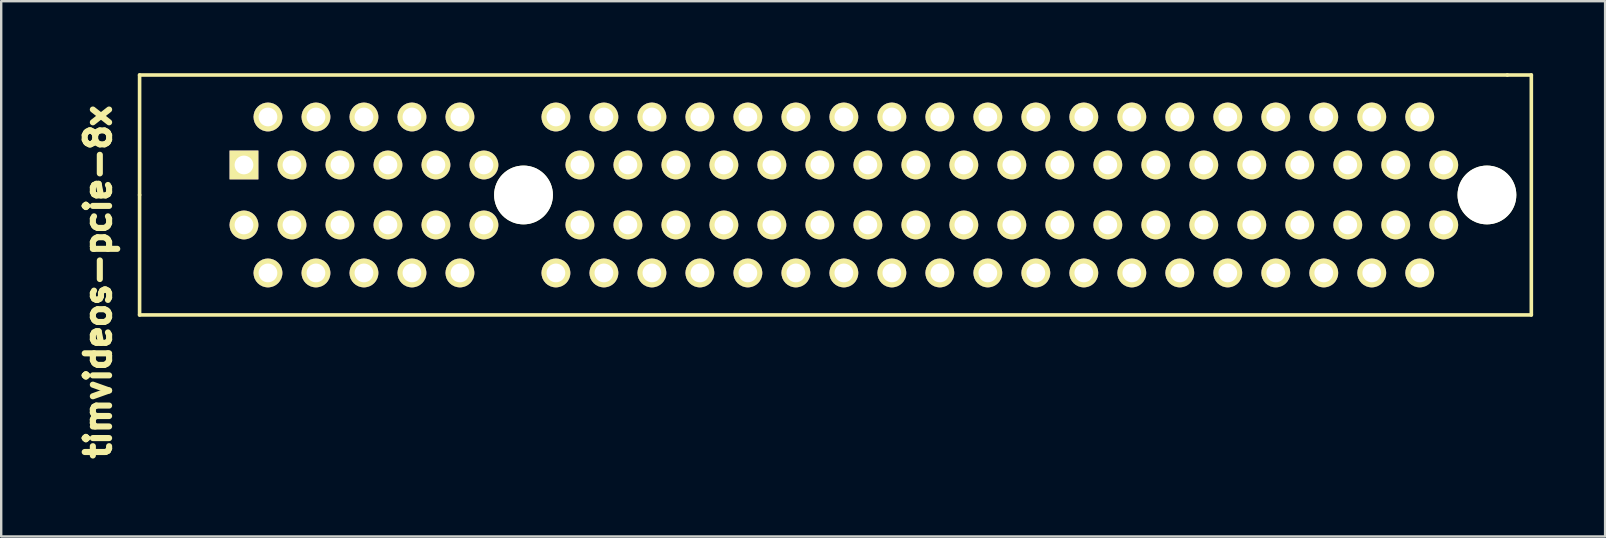
<source format=kicad_pcb>
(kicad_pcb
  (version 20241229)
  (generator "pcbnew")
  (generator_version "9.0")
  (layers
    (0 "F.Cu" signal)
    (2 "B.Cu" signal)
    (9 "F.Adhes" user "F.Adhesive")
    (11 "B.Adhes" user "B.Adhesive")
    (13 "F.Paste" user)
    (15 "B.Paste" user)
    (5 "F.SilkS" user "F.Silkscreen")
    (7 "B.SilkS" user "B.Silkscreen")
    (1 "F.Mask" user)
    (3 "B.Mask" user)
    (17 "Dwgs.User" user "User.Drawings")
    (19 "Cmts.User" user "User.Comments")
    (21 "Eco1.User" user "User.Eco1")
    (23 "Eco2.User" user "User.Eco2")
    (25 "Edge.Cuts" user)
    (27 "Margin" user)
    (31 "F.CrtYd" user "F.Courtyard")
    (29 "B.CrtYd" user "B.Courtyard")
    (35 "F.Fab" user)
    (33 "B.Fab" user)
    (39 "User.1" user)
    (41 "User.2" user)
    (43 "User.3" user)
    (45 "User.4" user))
  (footprint "timvideos-pcie-8x"
    (layer "F.Cu")
    (at 18.767 5.075)
    (property "Reference" "timvideos-pcie-8x" (at -17.727 3.624 90) (layer "F.SilkS") (effects (font (size 1.016 1.016) (thickness 0.254))))
    (attr through_hole)
    (fp_line (start -16 -5) (end 41 -5) (stroke (width 0.15) (type solid)) (layer "F.SilkS"))
    (fp_line (start -16 0) (end -16 -5) (stroke (width 0.15) (type solid)) (layer "F.SilkS"))
    (fp_line (start -16 5) (end -16 0) (stroke (width 0.15) (type solid)) (layer "F.SilkS"))
    (fp_line (start 41 -5) (end 42 -5) (stroke (width 0.15) (type solid)) (layer "F.SilkS"))
    (fp_line (start 42 -5) (end 42 5) (stroke (width 0.15) (type solid)) (layer "F.SilkS"))
    (fp_line (start 42 5) (end -16 5) (stroke (width 0.15) (type solid)) (layer "F.SilkS"))
    (pad "" np_thru_hole circle (at 0 0) (size 2.45 2.45) (drill 2.45) (layers "*.Cu" "*.Mask" "F.SilkS"))
    (pad "" np_thru_hole circle (at 40.15 0) (size 2.45 2.45) (drill 2.45) (layers "*.Cu" "*.Mask" "F.SilkS"))
    (pad "A1" thru_hole rect (at -11.65 -1.25) (size 1.2 1.2) (drill 0.78) (layers "*.Cu" "*.Mask" "F.SilkS"))
    (pad "A2" thru_hole circle (at -10.65 -3.25) (size 1.2 1.2) (drill 0.78) (layers "*.Cu" "*.Mask" "F.SilkS"))
    (pad "A3" thru_hole circle (at -9.65 -1.25) (size 1.2 1.2) (drill 0.78) (layers "*.Cu" "*.Mask" "F.SilkS"))
    (pad "A4" thru_hole circle (at -8.65 -3.25) (size 1.2 1.2) (drill 0.78) (layers "*.Cu" "*.Mask" "F.SilkS"))
    (pad "A5" thru_hole circle (at -7.65 -1.25) (size 1.2 1.2) (drill 0.78) (layers "*.Cu" "*.Mask" "F.SilkS"))
    (pad "A6" thru_hole circle (at -6.65 -3.25) (size 1.2 1.2) (drill 0.78) (layers "*.Cu" "*.Mask" "F.SilkS"))
    (pad "A7" thru_hole circle (at -5.65 -1.25) (size 1.2 1.2) (drill 0.78) (layers "*.Cu" "*.Mask" "F.SilkS"))
    (pad "A8" thru_hole circle (at -4.65 -3.25) (size 1.2 1.2) (drill 0.78) (layers "*.Cu" "*.Mask" "F.SilkS"))
    (pad "A9" thru_hole circle (at -3.65 -1.25) (size 1.2 1.2) (drill 0.78) (layers "*.Cu" "*.Mask" "F.SilkS"))
    (pad "A10" thru_hole circle (at -2.65 -3.25) (size 1.2 1.2) (drill 0.78) (layers "*.Cu" "*.Mask" "F.SilkS"))
    (pad "A11" thru_hole circle (at -1.65 -1.25) (size 1.2 1.2) (drill 0.78) (layers "*.Cu" "*.Mask" "F.SilkS"))
    (pad "A12" thru_hole circle (at 1.35 -3.25) (size 1.2 1.2) (drill 0.78) (layers "*.Cu" "*.Mask" "F.SilkS"))
    (pad "A13" thru_hole circle (at 2.35 -1.25) (size 1.2 1.2) (drill 0.78) (layers "*.Cu" "*.Mask" "F.SilkS"))
    (pad "A14" thru_hole circle (at 3.35 -3.25) (size 1.2 1.2) (drill 0.78) (layers "*.Cu" "*.Mask" "F.SilkS"))
    (pad "A15" thru_hole circle (at 4.35 -1.25) (size 1.2 1.2) (drill 0.78) (layers "*.Cu" "*.Mask" "F.SilkS"))
    (pad "A16" thru_hole circle (at 5.35 -3.25) (size 1.2 1.2) (drill 0.78) (layers "*.Cu" "*.Mask" "F.SilkS"))
    (pad "A17" thru_hole circle (at 6.35 -1.25) (size 1.2 1.2) (drill 0.78) (layers "*.Cu" "*.Mask" "F.SilkS"))
    (pad "A18" thru_hole circle (at 7.35 -3.25) (size 1.2 1.2) (drill 0.78) (layers "*.Cu" "*.Mask" "F.SilkS"))
    (pad "A19" thru_hole circle (at 8.35 -1.25) (size 1.2 1.2) (drill 0.78) (layers "*.Cu" "*.Mask" "F.SilkS"))
    (pad "A20" thru_hole circle (at 9.35 -3.25) (size 1.2 1.2) (drill 0.78) (layers "*.Cu" "*.Mask" "F.SilkS"))
    (pad "A21" thru_hole circle (at 10.35 -1.25) (size 1.2 1.2) (drill 0.78) (layers "*.Cu" "*.Mask" "F.SilkS"))
    (pad "A22" thru_hole circle (at 11.35 -3.25) (size 1.2 1.2) (drill 0.78) (layers "*.Cu" "*.Mask" "F.SilkS"))
    (pad "A23" thru_hole circle (at 12.35 -1.25) (size 1.2 1.2) (drill 0.78) (layers "*.Cu" "*.Mask" "F.SilkS"))
    (pad "A24" thru_hole circle (at 13.35 -3.25) (size 1.2 1.2) (drill 0.78) (layers "*.Cu" "*.Mask" "F.SilkS"))
    (pad "A25" thru_hole circle (at 14.35 -1.25) (size 1.2 1.2) (drill 0.78) (layers "*.Cu" "*.Mask" "F.SilkS"))
    (pad "A26" thru_hole circle (at 15.35 -3.25) (size 1.2 1.2) (drill 0.78) (layers "*.Cu" "*.Mask" "F.SilkS"))
    (pad "A27" thru_hole circle (at 16.35 -1.25) (size 1.2 1.2) (drill 0.78) (layers "*.Cu" "*.Mask" "F.SilkS"))
    (pad "A28" thru_hole circle (at 17.35 -3.25) (size 1.2 1.2) (drill 0.78) (layers "*.Cu" "*.Mask" "F.SilkS"))
    (pad "A29" thru_hole circle (at 18.35 -1.25) (size 1.2 1.2) (drill 0.78) (layers "*.Cu" "*.Mask" "F.SilkS"))
    (pad "A30" thru_hole circle (at 19.35 -3.25) (size 1.2 1.2) (drill 0.78) (layers "*.Cu" "*.Mask" "F.SilkS"))
    (pad "A31" thru_hole circle (at 20.35 -1.25) (size 1.2 1.2) (drill 0.78) (layers "*.Cu" "*.Mask" "F.SilkS"))
    (pad "A32" thru_hole circle (at 21.35 -3.25) (size 1.2 1.2) (drill 0.78) (layers "*.Cu" "*.Mask" "F.SilkS"))
    (pad "A33" thru_hole circle (at 22.35 -1.25) (size 1.2 1.2) (drill 0.78) (layers "*.Cu" "*.Mask" "F.SilkS"))
    (pad "A34" thru_hole circle (at 23.35 -3.25) (size 1.2 1.2) (drill 0.78) (layers "*.Cu" "*.Mask" "F.SilkS"))
    (pad "A35" thru_hole circle (at 24.35 -1.25) (size 1.2 1.2) (drill 0.78) (layers "*.Cu" "*.Mask" "F.SilkS"))
    (pad "A36" thru_hole circle (at 25.35 -3.25) (size 1.2 1.2) (drill 0.78) (layers "*.Cu" "*.Mask" "F.SilkS"))
    (pad "A37" thru_hole circle (at 26.35 -1.25) (size 1.2 1.2) (drill 0.78) (layers "*.Cu" "*.Mask" "F.SilkS"))
    (pad "A38" thru_hole circle (at 27.35 -3.25) (size 1.2 1.2) (drill 0.78) (layers "*.Cu" "*.Mask" "F.SilkS"))
    (pad "A39" thru_hole circle (at 28.35 -1.25) (size 1.2 1.2) (drill 0.78) (layers "*.Cu" "*.Mask" "F.SilkS"))
    (pad "A40" thru_hole circle (at 29.35 -3.25) (size 1.2 1.2) (drill 0.78) (layers "*.Cu" "*.Mask" "F.SilkS"))
    (pad "A41" thru_hole circle (at 30.35 -1.25) (size 1.2 1.2) (drill 0.78) (layers "*.Cu" "*.Mask" "F.SilkS"))
    (pad "A42" thru_hole circle (at 31.35 -3.25) (size 1.2 1.2) (drill 0.78) (layers "*.Cu" "*.Mask" "F.SilkS"))
    (pad "A43" thru_hole circle (at 32.35 -1.25) (size 1.2 1.2) (drill 0.78) (layers "*.Cu" "*.Mask" "F.SilkS"))
    (pad "A44" thru_hole circle (at 33.35 -3.25) (size 1.2 1.2) (drill 0.78) (layers "*.Cu" "*.Mask" "F.SilkS"))
    (pad "A45" thru_hole circle (at 34.35 -1.25) (size 1.2 1.2) (drill 0.78) (layers "*.Cu" "*.Mask" "F.SilkS"))
    (pad "A46" thru_hole circle (at 35.35 -3.25) (size 1.2 1.2) (drill 0.78) (layers "*.Cu" "*.Mask" "F.SilkS"))
    (pad "A47" thru_hole circle (at 36.35 -1.25) (size 1.2 1.2) (drill 0.78) (layers "*.Cu" "*.Mask" "F.SilkS"))
    (pad "A48" thru_hole circle (at 37.35 -3.25) (size 1.2 1.2) (drill 0.78) (layers "*.Cu" "*.Mask" "F.SilkS"))
    (pad "A49" thru_hole circle (at 38.35 -1.25) (size 1.2 1.2) (drill 0.78) (layers "*.Cu" "*.Mask" "F.SilkS"))
    (pad "B1" thru_hole circle (at -11.65 1.25) (size 1.2 1.2) (drill 0.78) (layers "*.Cu" "*.Mask" "F.SilkS"))
    (pad "B2" thru_hole circle (at -10.65 3.25) (size 1.2 1.2) (drill 0.78) (layers "*.Cu" "*.Mask" "F.SilkS"))
    (pad "B3" thru_hole circle (at -9.65 1.25) (size 1.2 1.2) (drill 0.78) (layers "*.Cu" "*.Mask" "F.SilkS"))
    (pad "B4" thru_hole circle (at -8.65 3.25) (size 1.2 1.2) (drill 0.78) (layers "*.Cu" "*.Mask" "F.SilkS"))
    (pad "B5" thru_hole circle (at -7.65 1.25) (size 1.2 1.2) (drill 0.78) (layers "*.Cu" "*.Mask" "F.SilkS"))
    (pad "B6" thru_hole circle (at -6.65 3.25) (size 1.2 1.2) (drill 0.78) (layers "*.Cu" "*.Mask" "F.SilkS"))
    (pad "B7" thru_hole circle (at -5.65 1.25) (size 1.2 1.2) (drill 0.78) (layers "*.Cu" "*.Mask" "F.SilkS"))
    (pad "B8" thru_hole circle (at -4.65 3.25) (size 1.2 1.2) (drill 0.78) (layers "*.Cu" "*.Mask" "F.SilkS"))
    (pad "B9" thru_hole circle (at -3.65 1.25) (size 1.2 1.2) (drill 0.78) (layers "*.Cu" "*.Mask" "F.SilkS"))
    (pad "B10" thru_hole circle (at -2.65 3.25) (size 1.2 1.2) (drill 0.78) (layers "*.Cu" "*.Mask" "F.SilkS"))
    (pad "B11" thru_hole circle (at -1.65 1.25) (size 1.2 1.2) (drill 0.78) (layers "*.Cu" "*.Mask" "F.SilkS"))
    (pad "B12" thru_hole circle (at 1.35 3.25) (size 1.2 1.2) (drill 0.78) (layers "*.Cu" "*.Mask" "F.SilkS"))
    (pad "B13" thru_hole circle (at 2.35 1.25) (size 1.2 1.2) (drill 0.78) (layers "*.Cu" "*.Mask" "F.SilkS"))
    (pad "B14" thru_hole circle (at 3.35 3.25) (size 1.2 1.2) (drill 0.78) (layers "*.Cu" "*.Mask" "F.SilkS"))
    (pad "B15" thru_hole circle (at 4.35 1.25) (size 1.2 1.2) (drill 0.78) (layers "*.Cu" "*.Mask" "F.SilkS"))
    (pad "B16" thru_hole circle (at 5.35 3.25) (size 1.2 1.2) (drill 0.78) (layers "*.Cu" "*.Mask" "F.SilkS"))
    (pad "B17" thru_hole circle (at 6.35 1.25) (size 1.2 1.2) (drill 0.78) (layers "*.Cu" "*.Mask" "F.SilkS"))
    (pad "B18" thru_hole circle (at 7.35 3.25) (size 1.2 1.2) (drill 0.78) (layers "*.Cu" "*.Mask" "F.SilkS"))
    (pad "B19" thru_hole circle (at 8.35 1.25) (size 1.2 1.2) (drill 0.78) (layers "*.Cu" "*.Mask" "F.SilkS"))
    (pad "B20" thru_hole circle (at 9.35 3.25) (size 1.2 1.2) (drill 0.78) (layers "*.Cu" "*.Mask" "F.SilkS"))
    (pad "B21" thru_hole circle (at 10.35 1.25) (size 1.2 1.2) (drill 0.78) (layers "*.Cu" "*.Mask" "F.SilkS"))
    (pad "B22" thru_hole circle (at 11.35 3.25) (size 1.2 1.2) (drill 0.78) (layers "*.Cu" "*.Mask" "F.SilkS"))
    (pad "B23" thru_hole circle (at 12.35 1.25) (size 1.2 1.2) (drill 0.78) (layers "*.Cu" "*.Mask" "F.SilkS"))
    (pad "B24" thru_hole circle (at 13.35 3.25) (size 1.2 1.2) (drill 0.78) (layers "*.Cu" "*.Mask" "F.SilkS"))
    (pad "B25" thru_hole circle (at 14.35 1.25) (size 1.2 1.2) (drill 0.78) (layers "*.Cu" "*.Mask" "F.SilkS"))
    (pad "B26" thru_hole circle (at 15.35 3.25) (size 1.2 1.2) (drill 0.78) (layers "*.Cu" "*.Mask" "F.SilkS"))
    (pad "B27" thru_hole circle (at 16.35 1.25) (size 1.2 1.2) (drill 0.78) (layers "*.Cu" "*.Mask" "F.SilkS"))
    (pad "B28" thru_hole circle (at 17.35 3.25) (size 1.2 1.2) (drill 0.78) (layers "*.Cu" "*.Mask" "F.SilkS"))
    (pad "B29" thru_hole circle (at 18.35 1.25) (size 1.2 1.2) (drill 0.78) (layers "*.Cu" "*.Mask" "F.SilkS"))
    (pad "B30" thru_hole circle (at 19.35 3.25) (size 1.2 1.2) (drill 0.78) (layers "*.Cu" "*.Mask" "F.SilkS"))
    (pad "B31" thru_hole circle (at 20.35 1.25) (size 1.2 1.2) (drill 0.78) (layers "*.Cu" "*.Mask" "F.SilkS"))
    (pad "B32" thru_hole circle (at 21.35 3.25) (size 1.2 1.2) (drill 0.78) (layers "*.Cu" "*.Mask" "F.SilkS"))
    (pad "B33" thru_hole circle (at 22.35 1.25) (size 1.2 1.2) (drill 0.78) (layers "*.Cu" "*.Mask" "F.SilkS"))
    (pad "B34" thru_hole circle (at 23.35 3.25) (size 1.2 1.2) (drill 0.78) (layers "*.Cu" "*.Mask" "F.SilkS"))
    (pad "B35" thru_hole circle (at 24.35 1.25) (size 1.2 1.2) (drill 0.78) (layers "*.Cu" "*.Mask" "F.SilkS"))
    (pad "B36" thru_hole circle (at 25.35 3.25) (size 1.2 1.2) (drill 0.78) (layers "*.Cu" "*.Mask" "F.SilkS"))
    (pad "B37" thru_hole circle (at 26.35 1.25) (size 1.2 1.2) (drill 0.78) (layers "*.Cu" "*.Mask" "F.SilkS"))
    (pad "B38" thru_hole circle (at 27.35 3.25) (size 1.2 1.2) (drill 0.78) (layers "*.Cu" "*.Mask" "F.SilkS"))
    (pad "B39" thru_hole circle (at 28.35 1.25) (size 1.2 1.2) (drill 0.78) (layers "*.Cu" "*.Mask" "F.SilkS"))
    (pad "B40" thru_hole circle (at 29.35 3.25) (size 1.2 1.2) (drill 0.78) (layers "*.Cu" "*.Mask" "F.SilkS"))
    (pad "B41" thru_hole circle (at 30.35 1.25) (size 1.2 1.2) (drill 0.78) (layers "*.Cu" "*.Mask" "F.SilkS"))
    (pad "B42" thru_hole circle (at 31.35 3.25) (size 1.2 1.2) (drill 0.78) (layers "*.Cu" "*.Mask" "F.SilkS"))
    (pad "B43" thru_hole circle (at 32.35 1.25) (size 1.2 1.2) (drill 0.78) (layers "*.Cu" "*.Mask" "F.SilkS"))
    (pad "B44" thru_hole circle (at 33.35 3.25) (size 1.2 1.2) (drill 0.78) (layers "*.Cu" "*.Mask" "F.SilkS"))
    (pad "B45" thru_hole circle (at 34.35 1.25) (size 1.2 1.2) (drill 0.78) (layers "*.Cu" "*.Mask" "F.SilkS"))
    (pad "B46" thru_hole circle (at 35.35 3.25) (size 1.2 1.2) (drill 0.78) (layers "*.Cu" "*.Mask" "F.SilkS"))
    (pad "B47" thru_hole circle (at 36.35 1.25) (size 1.2 1.2) (drill 0.78) (layers "*.Cu" "*.Mask" "F.SilkS"))
    (pad "B48" thru_hole circle (at 37.35 3.25) (size 1.2 1.2) (drill 0.78) (layers "*.Cu" "*.Mask" "F.SilkS"))
    (pad "B49" thru_hole circle (at 38.35 1.25) (size 1.2 1.2) (drill 0.78) (layers "*.Cu" "*.Mask" "F.SilkS")))
  (gr_rect
    (start -3 -3)
    (end 63.842 19.308)
    (stroke (width 0.1) (type default))
    (fill no)
    (layer "Edge.Cuts")))
</source>
